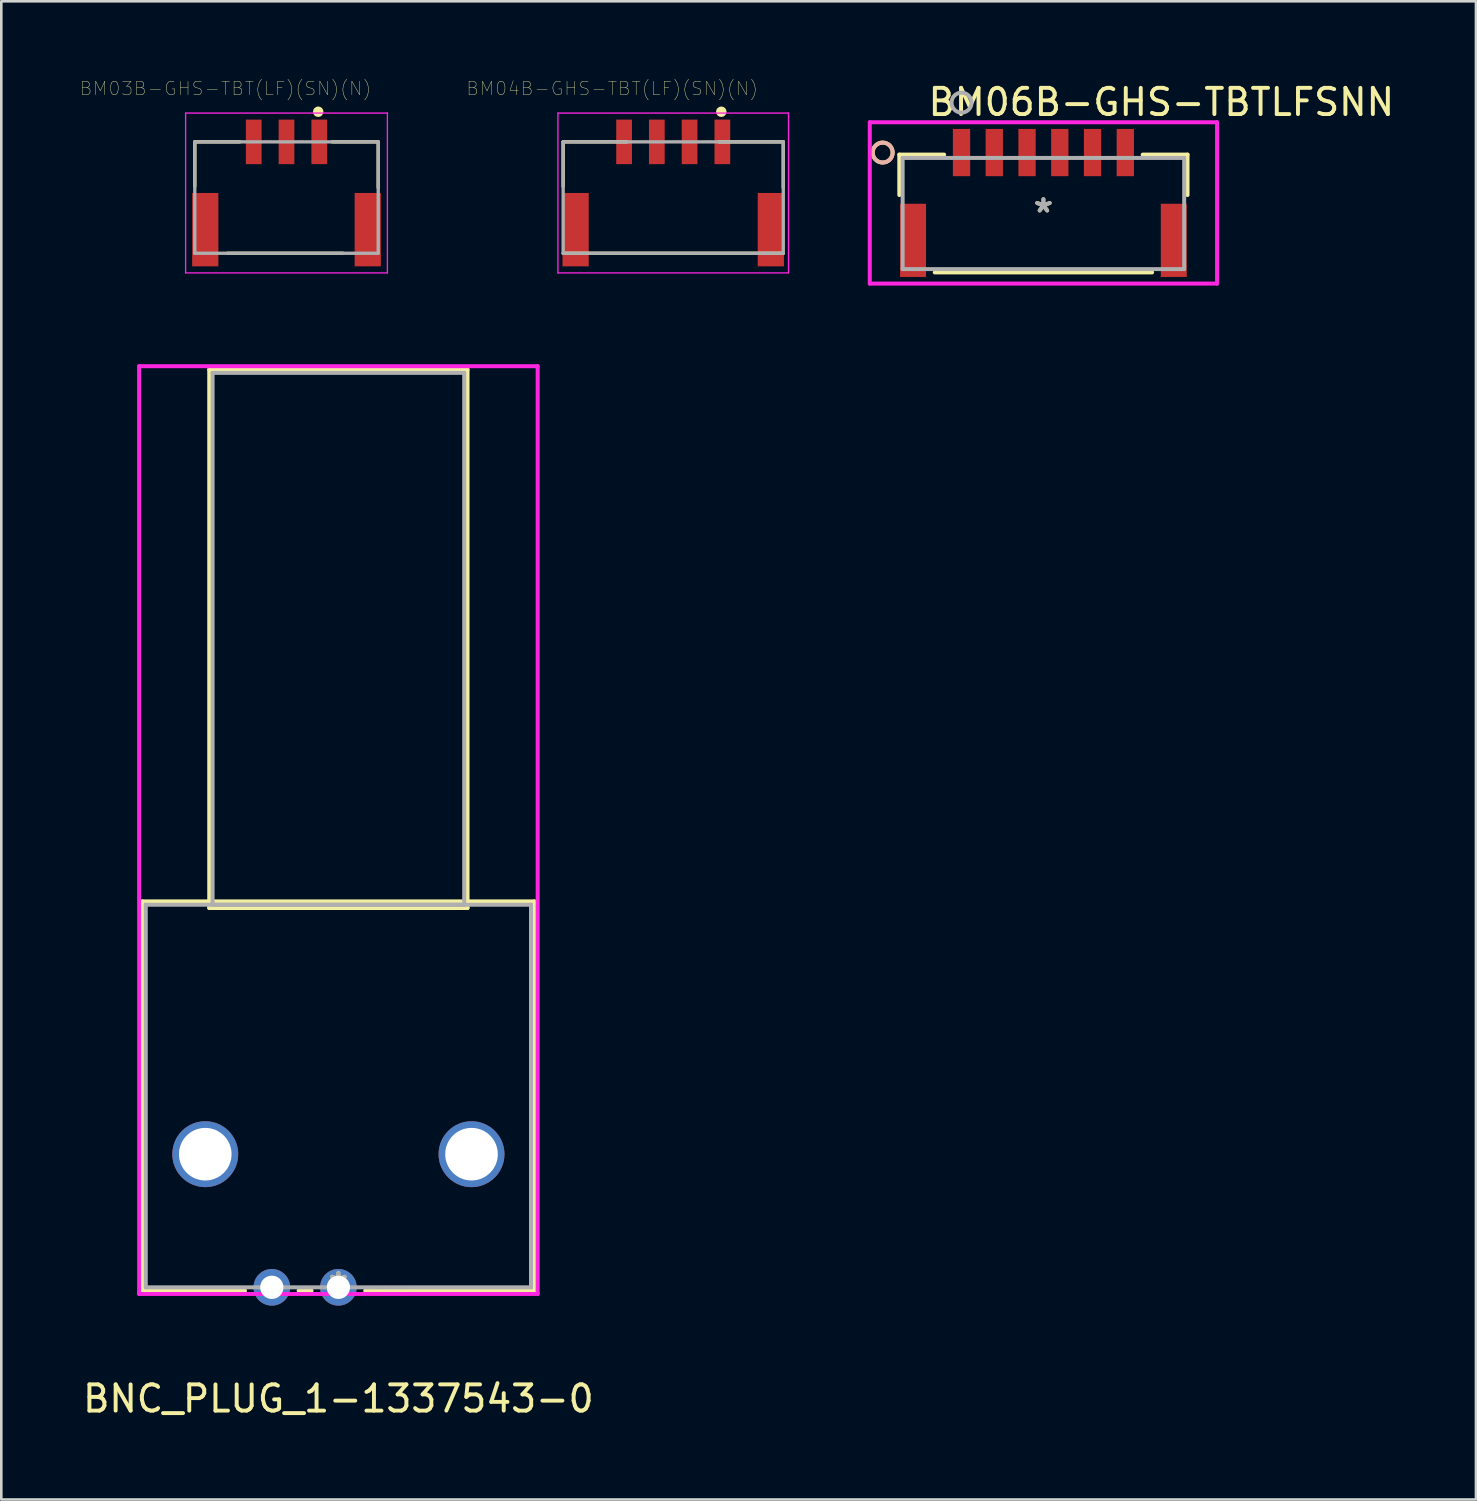
<source format=kicad_pcb>
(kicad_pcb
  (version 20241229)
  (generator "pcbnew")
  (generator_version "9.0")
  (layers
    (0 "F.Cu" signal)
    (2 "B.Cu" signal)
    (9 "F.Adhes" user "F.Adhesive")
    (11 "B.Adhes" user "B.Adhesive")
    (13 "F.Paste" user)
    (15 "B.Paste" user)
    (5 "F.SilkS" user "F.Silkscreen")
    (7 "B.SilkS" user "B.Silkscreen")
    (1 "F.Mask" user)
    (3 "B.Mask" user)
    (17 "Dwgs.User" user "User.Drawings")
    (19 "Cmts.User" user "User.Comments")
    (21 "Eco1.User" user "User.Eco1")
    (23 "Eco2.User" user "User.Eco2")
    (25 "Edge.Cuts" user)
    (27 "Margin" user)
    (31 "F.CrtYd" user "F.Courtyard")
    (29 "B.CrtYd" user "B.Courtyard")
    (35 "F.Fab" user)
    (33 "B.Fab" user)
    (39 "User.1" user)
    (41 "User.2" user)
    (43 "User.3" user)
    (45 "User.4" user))
  (footprint "BM03B-GHS-TBT(LF)(SN)(N)"
    (layer "F.Cu")
    (at 7.883 2.364)
    (property "Reference" "BM03B-GHS-TBT(LF)(SN)(N)" (at -2.33 -2.037 0) (layer "F.SilkS") (effects (font (size 0.513 0.513) (thickness 0.015))))
    (attr through_hole)
    (fp_line (start -3.5 0) (end -3.5 1.7) (stroke (width 0.127) (type solid)) (layer "F.SilkS"))
    (fp_line (start -2.25 4.25) (end 2.15 4.25) (stroke (width 0.127) (type solid)) (layer "F.SilkS"))
    (fp_line (start -1.778 0) (end -3.5 0) (stroke (width 0.127) (type solid)) (layer "F.SilkS"))
    (fp_line (start 1.75 0) (end 3.5 0) (stroke (width 0.127) (type solid)) (layer "F.SilkS"))
    (fp_line (start 3.5 0) (end 3.5 1.75) (stroke (width 0.127) (type solid)) (layer "F.SilkS"))
    (fp_circle (center 1.21 -1.15) (end 1.31 -1.15) (stroke (width 0.2) (type solid)) (fill no) (layer "F.SilkS"))
    (fp_line (start -3.85 -1.1) (end -3.85 5) (stroke (width 0.05) (type solid)) (layer "F.CrtYd"))
    (fp_line (start -3.85 5) (end 3.85 5) (stroke (width 0.05) (type solid)) (layer "F.CrtYd"))
    (fp_line (start 3.85 -1.1) (end -3.85 -1.1) (stroke (width 0.05) (type solid)) (layer "F.CrtYd"))
    (fp_line (start 3.85 5) (end 3.85 -1.1) (stroke (width 0.05) (type solid)) (layer "F.CrtYd"))
    (fp_line (start -3.5 0) (end -3.5 4.25) (stroke (width 0.127) (type solid)) (layer "F.Fab"))
    (fp_line (start -3.5 4.25) (end 3.5 4.25) (stroke (width 0.127) (type solid)) (layer "F.Fab"))
    (fp_line (start 3.5 0) (end -3.5 0) (stroke (width 0.127) (type solid)) (layer "F.Fab"))
    (fp_line (start 3.5 4.25) (end 3.5 0) (stroke (width 0.127) (type solid)) (layer "F.Fab"))
    (pad "1" smd rect (at 1.25 0) (size 0.6 1.7) (layers "F.Cu" "F.Mask" "F.Paste"))
    (pad "2" smd rect (at 0 0) (size 0.6 1.7) (layers "F.Cu" "F.Mask" "F.Paste"))
    (pad "3" smd rect (at -1.25 0) (size 0.6 1.7) (layers "F.Cu" "F.Mask" "F.Paste"))
    (pad "SH1" smd rect (at -3.1 3.35) (size 1 2.8) (layers "F.Cu" "F.Mask" "F.Paste"))
    (pad "SH1" smd rect (at 3.1 3.35) (size 1 2.8) (layers "F.Cu" "F.Mask" "F.Paste")))
  (footprint "BNC_PLUG_1-1337543-0"
    (layer "F.Cu")
    (at 9.863 46.074)
    (property "Reference" "BNC_PLUG_1-1337543-0" (at 0 4.25 0) (layer "F.SilkS") (effects (font (size 1 1) (thickness 0.15))))
    (attr through_hole)
    (fp_line (start -7.477 -14.727) (end -7.477 0.127) (stroke (width 0.152) (type solid)) (layer "F.SilkS"))
    (fp_line (start -7.477 0.127) (end -3.563 0.127) (stroke (width 0.152) (type solid)) (layer "F.SilkS"))
    (fp_line (start -4.928 -35.022) (end -4.928 -14.473) (stroke (width 0.152) (type solid)) (layer "F.SilkS"))
    (fp_line (start -4.928 -14.473) (end 4.928 -14.473) (stroke (width 0.152) (type solid)) (layer "F.SilkS"))
    (fp_line (start -1.517 0.127) (end -1.023 0.127) (stroke (width 0.152) (type solid)) (layer "F.SilkS"))
    (fp_line (start 1.023 0.127) (end 7.477 0.127) (stroke (width 0.152) (type solid)) (layer "F.SilkS"))
    (fp_line (start 4.928 -35.022) (end -4.928 -35.022) (stroke (width 0.152) (type solid)) (layer "F.SilkS"))
    (fp_line (start 4.928 -14.473) (end 4.928 -35.022) (stroke (width 0.152) (type solid)) (layer "F.SilkS"))
    (fp_line (start 7.477 -14.727) (end -7.477 -14.727) (stroke (width 0.152) (type solid)) (layer "F.SilkS"))
    (fp_line (start 7.477 0.127) (end 7.477 -14.727) (stroke (width 0.152) (type solid)) (layer "F.SilkS"))
    (fp_line (start -7.604 -35.149) (end -7.604 0.254) (stroke (width 0.152) (type solid)) (layer "F.CrtYd"))
    (fp_line (start -7.604 0.254) (end 7.604 0.254) (stroke (width 0.152) (type solid)) (layer "F.CrtYd"))
    (fp_line (start 7.604 -35.149) (end -7.604 -35.149) (stroke (width 0.152) (type solid)) (layer "F.CrtYd"))
    (fp_line (start 7.604 0.254) (end 7.604 -35.149) (stroke (width 0.152) (type solid)) (layer "F.CrtYd"))
    (fp_line (start -7.35 -14.6) (end -7.35 0) (stroke (width 0.152) (type solid)) (layer "F.Fab"))
    (fp_line (start -7.35 0) (end 7.35 0) (stroke (width 0.152) (type solid)) (layer "F.Fab"))
    (fp_line (start -4.801 -34.895) (end -4.801 -14.6) (stroke (width 0.152) (type solid)) (layer "F.Fab"))
    (fp_line (start -4.801 -14.6) (end 4.801 -14.6) (stroke (width 0.152) (type solid)) (layer "F.Fab"))
    (fp_line (start 4.801 -34.895) (end -4.801 -34.895) (stroke (width 0.152) (type solid)) (layer "F.Fab"))
    (fp_line (start 4.801 -14.6) (end 4.801 -34.895) (stroke (width 0.152) (type solid)) (layer "F.Fab"))
    (fp_line (start 7.35 -14.6) (end -7.35 -14.6) (stroke (width 0.152) (type solid)) (layer "F.Fab"))
    (fp_line (start 7.35 0) (end 7.35 -14.6) (stroke (width 0.152) (type solid)) (layer "F.Fab"))
    (fp_text user "*" (at 0 0 0) (layer "F.SilkS") (effects (font (size 1 1) (thickness 0.15))))
    (fp_text user "Copyright 2016 Accelerated Designs. All rights reserved." (at 0 0 0) (layer "Cmts.User") (effects (font (size 0.127 0.127) (thickness 0.002))))
    (fp_text user "*" (at 0 0 0) (layer "F.Fab") (effects (font (size 1 1) (thickness 0.15))))
    (pad "1" thru_hole circle (at 0 0) (size 1.397 1.397) (drill 0.889) (layers "*.Cu" "*.Mask"))
    (pad "2" thru_hole circle (at -2.54 0) (size 1.397 1.397) (drill 0.889) (layers "*.Cu" "*.Mask"))
    (pad "3" thru_hole circle (at -5.08 -5.08) (size 2.515 2.515) (drill 2.007) (layers "*.Cu" "*.Mask"))
    (pad "4" thru_hole circle (at 5.08 -5.08) (size 2.515 2.515) (drill 2.007) (layers "*.Cu" "*.Mask")))
  (footprint "BM06B-GHS-TBTLFSNN"
    (layer "F.Cu")
    (at 36.767 5.098)
    (property "Reference" "BM06B-GHS-TBTLFSNN" (at 4.5 -4.25 0) (layer "F.SilkS") (effects (font (size 1 1) (thickness 0.15))))
    (attr through_hole)
    (fp_line (start -5.499 -2.248) (end -5.499 -0.705) (stroke (width 0.152) (type solid)) (layer "F.SilkS"))
    (fp_line (start -4.147 2.248) (end 4.147 2.248) (stroke (width 0.152) (type solid)) (layer "F.SilkS"))
    (fp_line (start -3.788 -2.248) (end -5.499 -2.248) (stroke (width 0.152) (type solid)) (layer "F.SilkS"))
    (fp_line (start 5.499 -2.248) (end 3.788 -2.248) (stroke (width 0.152) (type solid)) (layer "F.SilkS"))
    (fp_line (start 5.499 -0.705) (end 5.499 -2.248) (stroke (width 0.152) (type solid)) (layer "F.SilkS"))
    (fp_circle (center -6.134 -2.326) (end -5.753 -2.326) (stroke (width 0.152) (type solid)) (fill no) (layer "F.SilkS"))
    (fp_circle (center -6.134 -2.326) (end -5.753 -2.326) (stroke (width 0.152) (type solid)) (fill no) (layer "B.SilkS"))
    (fp_line (start -6.626 -3.482) (end -6.626 2.675) (stroke (width 0.152) (type solid)) (layer "F.CrtYd"))
    (fp_line (start -6.626 2.675) (end 6.626 2.675) (stroke (width 0.152) (type solid)) (layer "F.CrtYd"))
    (fp_line (start 6.626 -3.482) (end -6.626 -3.482) (stroke (width 0.152) (type solid)) (layer "F.CrtYd"))
    (fp_line (start 6.626 2.675) (end 6.626 -3.482) (stroke (width 0.152) (type solid)) (layer "F.CrtYd"))
    (fp_line (start -5.372 -2.121) (end -5.372 2.121) (stroke (width 0.152) (type solid)) (layer "F.Fab"))
    (fp_line (start -5.372 2.121) (end 5.372 2.121) (stroke (width 0.152) (type solid)) (layer "F.Fab"))
    (fp_line (start 5.372 -2.121) (end -5.372 -2.121) (stroke (width 0.152) (type solid)) (layer "F.Fab"))
    (fp_line (start 5.372 2.121) (end 5.372 -2.121) (stroke (width 0.152) (type solid)) (layer "F.Fab"))
    (fp_circle (center -3.125 -4.231) (end -2.744 -4.231) (stroke (width 0.152) (type solid)) (fill no) (layer "F.Fab"))
    (fp_text user "*" (at 0 0 0) (layer "F.SilkS") (effects (font (size 1 1) (thickness 0.15))))
    (fp_text user "*" (at 0 0 0) (layer "F.Fab") (effects (font (size 1 1) (thickness 0.15))))
    (pad "1" smd rect (at -3.125 -2.326) (size 0.66 1.803) (layers "F.Cu" "F.Mask" "F.Paste"))
    (pad "2" smd rect (at -1.875 -2.326) (size 0.66 1.803) (layers "F.Cu" "F.Mask" "F.Paste"))
    (pad "3" smd rect (at -0.625 -2.326) (size 0.66 1.803) (layers "F.Cu" "F.Mask" "F.Paste"))
    (pad "4" smd rect (at 0.625 -2.326) (size 0.66 1.803) (layers "F.Cu" "F.Mask" "F.Paste"))
    (pad "5" smd rect (at 1.875 -2.326) (size 0.66 1.803) (layers "F.Cu" "F.Mask" "F.Paste"))
    (pad "6" smd rect (at 3.125 -2.326) (size 0.66 1.803) (layers "F.Cu" "F.Mask" "F.Paste"))
    (pad "SH1" smd rect (at -4.975 1.024 90) (size 2.794 0.991) (layers "F.Cu" "F.Mask" "F.Paste"))
    (pad "SH2" smd rect (at 4.975 1.024 90) (size 2.794 0.991) (layers "F.Cu" "F.Mask" "F.Paste")))
  (footprint "BM04B-GHS-TBT(LF)(SN)(N)"
    (layer "F.Cu")
    (at 22.64 2.364)
    (property "Reference" "BM04B-GHS-TBT(LF)(SN)(N)" (at -2.33 -2.037 0) (layer "F.SilkS") (effects (font (size 0.513 0.513) (thickness 0.015))))
    (attr smd)
    (fp_line (start -4.2 0) (end -4.2 1.7) (stroke (width 0.127) (type solid)) (layer "F.SilkS"))
    (fp_line (start -4.2 4.25) (end 4.2 4.25) (stroke (width 0.127) (type solid)) (layer "F.SilkS"))
    (fp_line (start -1.778 0) (end -4.2 0) (stroke (width 0.127) (type solid)) (layer "F.SilkS"))
    (fp_line (start 1.75 0) (end 4.2 0) (stroke (width 0.127) (type solid)) (layer "F.SilkS"))
    (fp_line (start 4.2 0) (end 4.2 1.75) (stroke (width 0.127) (type solid)) (layer "F.SilkS"))
    (fp_circle (center 1.835 -1.15) (end 1.935 -1.15) (stroke (width 0.2) (type solid)) (fill no) (layer "F.SilkS"))
    (fp_line (start -4.4 -1.1) (end -4.4 5) (stroke (width 0.05) (type solid)) (layer "F.CrtYd"))
    (fp_line (start -4.4 5) (end 4.4 5) (stroke (width 0.05) (type solid)) (layer "F.CrtYd"))
    (fp_line (start 4.4 -1.1) (end -4.4 -1.1) (stroke (width 0.05) (type solid)) (layer "F.CrtYd"))
    (fp_line (start 4.4 5) (end 4.4 -1.1) (stroke (width 0.05) (type solid)) (layer "F.CrtYd"))
    (fp_line (start -4.2 0) (end -4.2 4.25) (stroke (width 0.127) (type solid)) (layer "F.Fab"))
    (fp_line (start -4.2 4.25) (end 4.2 4.25) (stroke (width 0.127) (type solid)) (layer "F.Fab"))
    (fp_line (start 4.2 0) (end -4.2 0) (stroke (width 0.127) (type solid)) (layer "F.Fab"))
    (fp_line (start 4.2 4.25) (end 4.2 0) (stroke (width 0.127) (type solid)) (layer "F.Fab"))
    (pad "1" smd rect (at 1.875 0) (size 0.6 1.7) (layers "F.Cu" "F.Mask" "F.Paste"))
    (pad "2" smd rect (at 0.625 0) (size 0.6 1.7) (layers "F.Cu" "F.Mask" "F.Paste"))
    (pad "3" smd rect (at -0.625 0) (size 0.6 1.7) (layers "F.Cu" "F.Mask" "F.Paste"))
    (pad "4" smd rect (at -1.875 0) (size 0.6 1.7) (layers "F.Cu" "F.Mask" "F.Paste"))
    (pad "SH1" smd rect (at -3.725 3.35) (size 1 2.8) (layers "F.Cu" "F.Mask" "F.Paste"))
    (pad "SH2" smd rect (at 3.725 3.35) (size 1 2.8) (layers "F.Cu" "F.Mask" "F.Paste")))
  (gr_rect
    (start -3 -3)
    (end 53.273 54.172)
    (stroke (width 0.1) (type default))
    (fill no)
    (layer "Edge.Cuts")))
</source>
